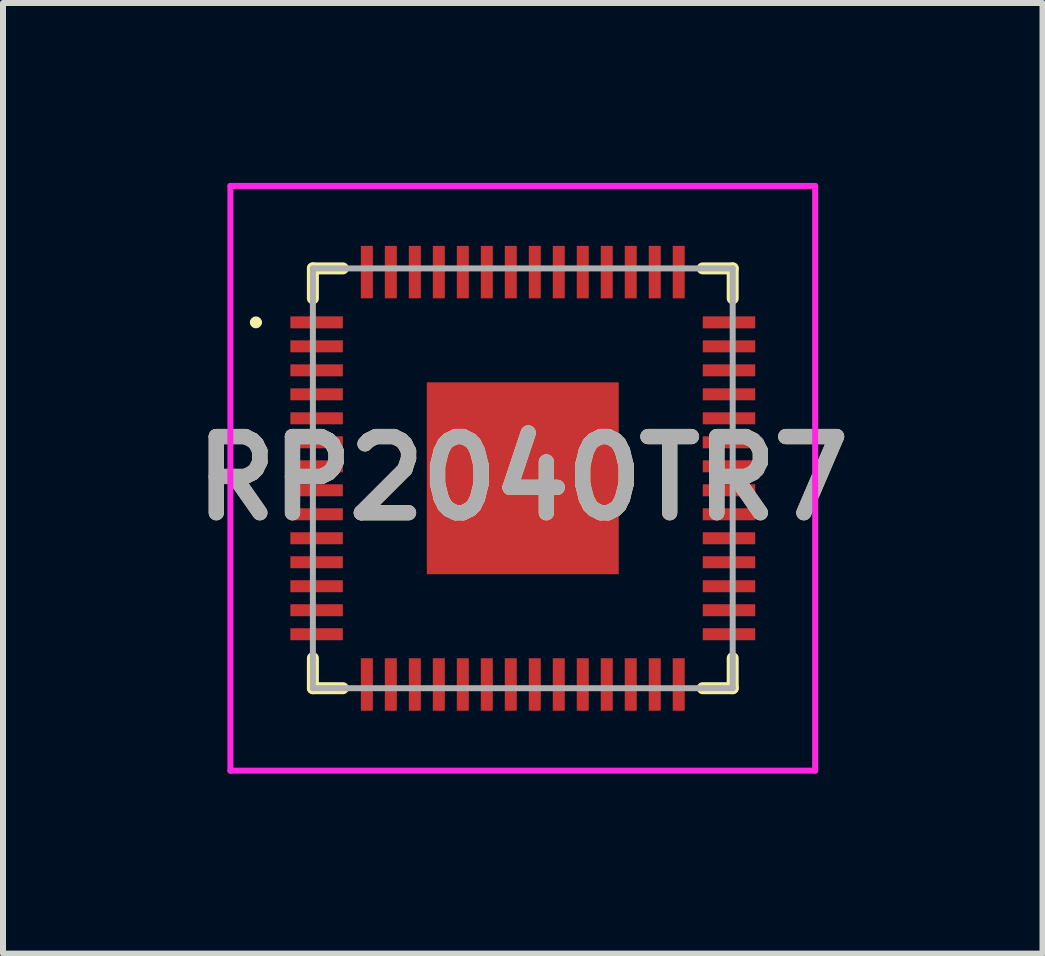
<source format=kicad_pcb>
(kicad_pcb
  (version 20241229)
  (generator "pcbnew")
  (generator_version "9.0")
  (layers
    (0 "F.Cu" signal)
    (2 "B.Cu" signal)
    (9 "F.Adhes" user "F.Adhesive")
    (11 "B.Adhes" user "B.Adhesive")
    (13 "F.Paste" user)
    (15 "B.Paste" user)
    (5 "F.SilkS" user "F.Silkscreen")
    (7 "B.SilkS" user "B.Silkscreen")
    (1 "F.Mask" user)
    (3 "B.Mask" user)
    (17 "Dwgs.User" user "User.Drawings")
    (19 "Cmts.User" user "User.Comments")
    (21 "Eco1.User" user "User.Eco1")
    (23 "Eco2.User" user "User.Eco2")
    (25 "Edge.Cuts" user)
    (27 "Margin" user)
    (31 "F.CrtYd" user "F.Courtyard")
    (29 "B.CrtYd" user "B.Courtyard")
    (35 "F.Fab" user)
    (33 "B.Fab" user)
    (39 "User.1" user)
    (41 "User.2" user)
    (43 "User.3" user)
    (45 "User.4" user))
  (footprint "RP2040TR7"
    (layer "F.Cu")
    (at 5.667 4.925)
    (property "Reference" "RP2040TR7" (at 0 0 0) (layer "F.SilkS") (effects (font (size 1.27 1.27) (thickness 0.254))))
    (attr smd)
    (fp_line (start -4.5 -2.6) (end -4.5 -2.6) (stroke (width 0.1) (type solid)) (layer "F.SilkS"))
    (fp_line (start -4.4 -2.6) (end -4.4 -2.6) (stroke (width 0.1) (type solid)) (layer "F.SilkS"))
    (fp_line (start -3.5 -3.5) (end -3.5 -3) (stroke (width 0.2) (type solid)) (layer "F.SilkS"))
    (fp_line (start -3.5 3) (end -3.5 3.5) (stroke (width 0.2) (type solid)) (layer "F.SilkS"))
    (fp_line (start -3.5 3.5) (end -3 3.5) (stroke (width 0.2) (type solid)) (layer "F.SilkS"))
    (fp_line (start -3 -3.5) (end -3.5 -3.5) (stroke (width 0.2) (type solid)) (layer "F.SilkS"))
    (fp_line (start 3 -3.5) (end 3.5 -3.5) (stroke (width 0.2) (type solid)) (layer "F.SilkS"))
    (fp_line (start 3 3.5) (end 3.5 3.5) (stroke (width 0.2) (type solid)) (layer "F.SilkS"))
    (fp_line (start 3.5 -3.5) (end 3.5 -3) (stroke (width 0.2) (type solid)) (layer "F.SilkS"))
    (fp_line (start 3.5 3.5) (end 3.5 3) (stroke (width 0.2) (type solid)) (layer "F.SilkS"))
    (fp_arc (start -4.5 -2.6) (mid -4.45 -2.65) (end -4.4 -2.6) (stroke (width 0.1) (type solid)) (layer "F.SilkS"))
    (fp_arc (start -4.4 -2.6) (mid -4.45 -2.55) (end -4.5 -2.6) (stroke (width 0.1) (type solid)) (layer "F.SilkS"))
    (fp_line (start -4.875 -4.875) (end 4.875 -4.875) (stroke (width 0.1) (type solid)) (layer "F.CrtYd"))
    (fp_line (start -4.875 4.875) (end -4.875 -4.875) (stroke (width 0.1) (type solid)) (layer "F.CrtYd"))
    (fp_line (start 4.875 -4.875) (end 4.875 4.875) (stroke (width 0.1) (type solid)) (layer "F.CrtYd"))
    (fp_line (start 4.875 4.875) (end -4.875 4.875) (stroke (width 0.1) (type solid)) (layer "F.CrtYd"))
    (fp_line (start -3.5 -3.5) (end -3.5 3.5) (stroke (width 0.1) (type solid)) (layer "F.Fab"))
    (fp_line (start -3.5 3.5) (end 3.5 3.5) (stroke (width 0.1) (type solid)) (layer "F.Fab"))
    (fp_line (start 3.5 -3.5) (end -3.5 -3.5) (stroke (width 0.1) (type solid)) (layer "F.Fab"))
    (fp_line (start 3.5 3.5) (end 3.5 -3.5) (stroke (width 0.1) (type solid)) (layer "F.Fab"))
    (fp_text user "${REFERENCE}" (at 0 0 0) (layer "F.Fab") (effects (font (size 1.27 1.27) (thickness 0.254))))
    (pad "1" smd rect (at -3.438 -2.6 90) (size 0.2 0.875) (layers "F.Cu" "F.Mask" "F.Paste"))
    (pad "2" smd rect (at -3.438 -2.2 90) (size 0.2 0.875) (layers "F.Cu" "F.Mask" "F.Paste"))
    (pad "3" smd rect (at -3.438 -1.8 90) (size 0.2 0.875) (layers "F.Cu" "F.Mask" "F.Paste"))
    (pad "4" smd rect (at -3.438 -1.4 90) (size 0.2 0.875) (layers "F.Cu" "F.Mask" "F.Paste"))
    (pad "5" smd rect (at -3.438 -1 90) (size 0.2 0.875) (layers "F.Cu" "F.Mask" "F.Paste"))
    (pad "6" smd rect (at -3.438 -0.6 90) (size 0.2 0.875) (layers "F.Cu" "F.Mask" "F.Paste"))
    (pad "7" smd rect (at -3.438 -0.2 90) (size 0.2 0.875) (layers "F.Cu" "F.Mask" "F.Paste"))
    (pad "8" smd rect (at -3.438 0.2 90) (size 0.2 0.875) (layers "F.Cu" "F.Mask" "F.Paste"))
    (pad "9" smd rect (at -3.438 0.6 90) (size 0.2 0.875) (layers "F.Cu" "F.Mask" "F.Paste"))
    (pad "10" smd rect (at -3.438 1 90) (size 0.2 0.875) (layers "F.Cu" "F.Mask" "F.Paste"))
    (pad "11" smd rect (at -3.438 1.4 90) (size 0.2 0.875) (layers "F.Cu" "F.Mask" "F.Paste"))
    (pad "12" smd rect (at -3.438 1.8 90) (size 0.2 0.875) (layers "F.Cu" "F.Mask" "F.Paste"))
    (pad "13" smd rect (at -3.438 2.2 90) (size 0.2 0.875) (layers "F.Cu" "F.Mask" "F.Paste"))
    (pad "14" smd rect (at -3.438 2.6 90) (size 0.2 0.875) (layers "F.Cu" "F.Mask" "F.Paste"))
    (pad "15" smd rect (at -2.6 3.438) (size 0.2 0.875) (layers "F.Cu" "F.Mask" "F.Paste"))
    (pad "16" smd rect (at -2.2 3.438) (size 0.2 0.875) (layers "F.Cu" "F.Mask" "F.Paste"))
    (pad "17" smd rect (at -1.8 3.438) (size 0.2 0.875) (layers "F.Cu" "F.Mask" "F.Paste"))
    (pad "18" smd rect (at -1.4 3.438) (size 0.2 0.875) (layers "F.Cu" "F.Mask" "F.Paste"))
    (pad "19" smd rect (at -1 3.438) (size 0.2 0.875) (layers "F.Cu" "F.Mask" "F.Paste"))
    (pad "20" smd rect (at -0.6 3.438) (size 0.2 0.875) (layers "F.Cu" "F.Mask" "F.Paste"))
    (pad "21" smd rect (at -0.2 3.438) (size 0.2 0.875) (layers "F.Cu" "F.Mask" "F.Paste"))
    (pad "22" smd rect (at 0.2 3.438) (size 0.2 0.875) (layers "F.Cu" "F.Mask" "F.Paste"))
    (pad "23" smd rect (at 0.6 3.438) (size 0.2 0.875) (layers "F.Cu" "F.Mask" "F.Paste"))
    (pad "24" smd rect (at 1 3.438) (size 0.2 0.875) (layers "F.Cu" "F.Mask" "F.Paste"))
    (pad "25" smd rect (at 1.4 3.438) (size 0.2 0.875) (layers "F.Cu" "F.Mask" "F.Paste"))
    (pad "26" smd rect (at 1.8 3.438) (size 0.2 0.875) (layers "F.Cu" "F.Mask" "F.Paste"))
    (pad "27" smd rect (at 2.2 3.438) (size 0.2 0.875) (layers "F.Cu" "F.Mask" "F.Paste"))
    (pad "28" smd rect (at 2.6 3.438) (size 0.2 0.875) (layers "F.Cu" "F.Mask" "F.Paste"))
    (pad "29" smd rect (at 3.438 2.6 90) (size 0.2 0.875) (layers "F.Cu" "F.Mask" "F.Paste"))
    (pad "30" smd rect (at 3.438 2.2 90) (size 0.2 0.875) (layers "F.Cu" "F.Mask" "F.Paste"))
    (pad "31" smd rect (at 3.438 1.8 90) (size 0.2 0.875) (layers "F.Cu" "F.Mask" "F.Paste"))
    (pad "32" smd rect (at 3.438 1.4 90) (size 0.2 0.875) (layers "F.Cu" "F.Mask" "F.Paste"))
    (pad "33" smd rect (at 3.438 1 90) (size 0.2 0.875) (layers "F.Cu" "F.Mask" "F.Paste"))
    (pad "34" smd rect (at 3.438 0.6 90) (size 0.2 0.875) (layers "F.Cu" "F.Mask" "F.Paste"))
    (pad "35" smd rect (at 3.438 0.2 90) (size 0.2 0.875) (layers "F.Cu" "F.Mask" "F.Paste"))
    (pad "36" smd rect (at 3.438 -0.2 90) (size 0.2 0.875) (layers "F.Cu" "F.Mask" "F.Paste"))
    (pad "37" smd rect (at 3.438 -0.6 90) (size 0.2 0.875) (layers "F.Cu" "F.Mask" "F.Paste"))
    (pad "38" smd rect (at 3.438 -1 90) (size 0.2 0.875) (layers "F.Cu" "F.Mask" "F.Paste"))
    (pad "39" smd rect (at 3.438 -1.4 90) (size 0.2 0.875) (layers "F.Cu" "F.Mask" "F.Paste"))
    (pad "40" smd rect (at 3.438 -1.8 90) (size 0.2 0.875) (layers "F.Cu" "F.Mask" "F.Paste"))
    (pad "41" smd rect (at 3.438 -2.2 90) (size 0.2 0.875) (layers "F.Cu" "F.Mask" "F.Paste"))
    (pad "42" smd rect (at 3.438 -2.6 90) (size 0.2 0.875) (layers "F.Cu" "F.Mask" "F.Paste"))
    (pad "43" smd rect (at 2.6 -3.438) (size 0.2 0.875) (layers "F.Cu" "F.Mask" "F.Paste"))
    (pad "44" smd rect (at 2.2 -3.438) (size 0.2 0.875) (layers "F.Cu" "F.Mask" "F.Paste"))
    (pad "45" smd rect (at 1.8 -3.438) (size 0.2 0.875) (layers "F.Cu" "F.Mask" "F.Paste"))
    (pad "46" smd rect (at 1.4 -3.438) (size 0.2 0.875) (layers "F.Cu" "F.Mask" "F.Paste"))
    (pad "47" smd rect (at 1 -3.438) (size 0.2 0.875) (layers "F.Cu" "F.Mask" "F.Paste"))
    (pad "48" smd rect (at 0.6 -3.438) (size 0.2 0.875) (layers "F.Cu" "F.Mask" "F.Paste"))
    (pad "49" smd rect (at 0.2 -3.438) (size 0.2 0.875) (layers "F.Cu" "F.Mask" "F.Paste"))
    (pad "50" smd rect (at -0.2 -3.438) (size 0.2 0.875) (layers "F.Cu" "F.Mask" "F.Paste"))
    (pad "51" smd rect (at -0.6 -3.438) (size 0.2 0.875) (layers "F.Cu" "F.Mask" "F.Paste"))
    (pad "52" smd rect (at -1 -3.438) (size 0.2 0.875) (layers "F.Cu" "F.Mask" "F.Paste"))
    (pad "53" smd rect (at -1.4 -3.438) (size 0.2 0.875) (layers "F.Cu" "F.Mask" "F.Paste"))
    (pad "54" smd rect (at -1.8 -3.438) (size 0.2 0.875) (layers "F.Cu" "F.Mask" "F.Paste"))
    (pad "55" smd rect (at -2.2 -3.438) (size 0.2 0.875) (layers "F.Cu" "F.Mask" "F.Paste"))
    (pad "56" smd rect (at -2.6 -3.438) (size 0.2 0.875) (layers "F.Cu" "F.Mask" "F.Paste"))
    (pad "57" smd rect (at 0 0 90) (size 3.2 3.2) (layers "F.Cu" "F.Mask" "F.Paste")))
  (gr_rect
    (start -3 -3)
    (end 14.333 12.85)
    (stroke (width 0.1) (type default))
    (fill no)
    (layer "Edge.Cuts")))
</source>
